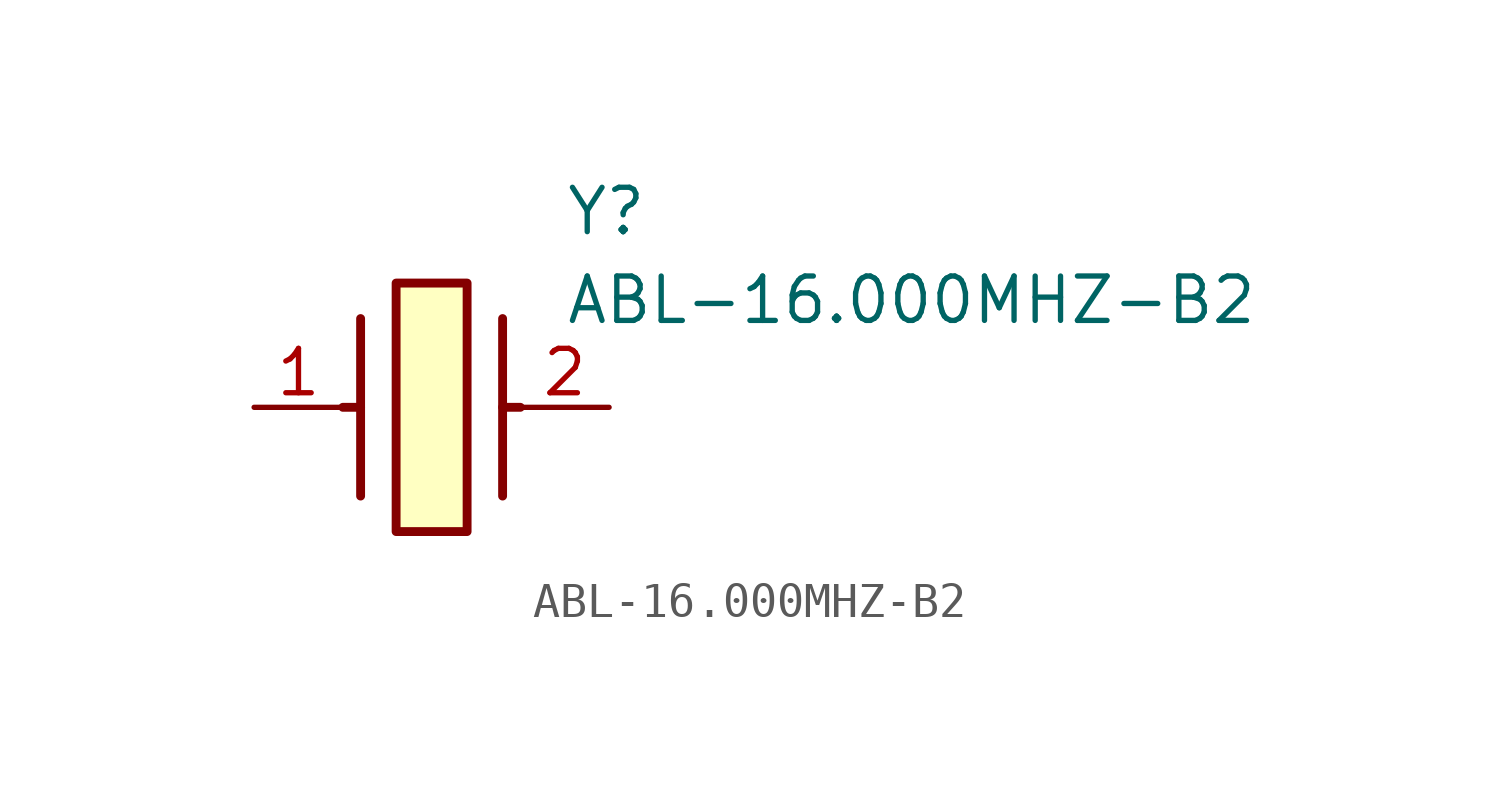
<source format=kicad_sym>
(kicad_symbol_lib
  (version 20211014)
  (generator SamacSys_ECAD_Model)
  (symbol "ABL-16.000MHZ-B2"
    (pin_names hide)
    (property "Reference" "Y"
      (at 8.89 6.35 0)
      (effects (font (size 1.27 1.27)) (justify left top)))
    (property "Value" "ABL-16.000MHZ-B2"
      (at 8.89 3.81 0)
      (effects (font (size 1.27 1.27)) (justify left top)))
    (rectangle
      (start 4.064 3.556)
      (end 6.096 -3.556)
      (stroke (width 0.254) (type default))
      (fill (type background)))
    (polyline
      (pts (xy 3.048 2.54) (xy 3.048 -2.54))
      (stroke (width 0.254) (type default))
      (fill (type none)))
    (polyline
      (pts (xy 7.112 2.54) (xy 7.112 -2.54))
      (stroke (width 0.254) (type default))
      (fill (type none)))
    (polyline
      (pts (xy 7.112 0) (xy 7.62 0))
      (stroke (width 0.254) (type default))
      (fill (type none)))
    (polyline
      (pts (xy 3.048 0) (xy 2.54 0))
      (stroke (width 0.254) (type default))
      (fill (type none)))
    (pin passive line
      (at 0 0 0)
      (length 2.54)
      (name "1" (effects (font (size 1.27 1.27))))
      (number "1" (effects (font (size 1.27 1.27)))))
    (pin passive line
      (at 10.16 0 180)
      (length 2.54)
      (name "2" (effects (font (size 1.27 1.27))))
      (number "2" (effects (font (size 1.27 1.27)))))))
</source>
